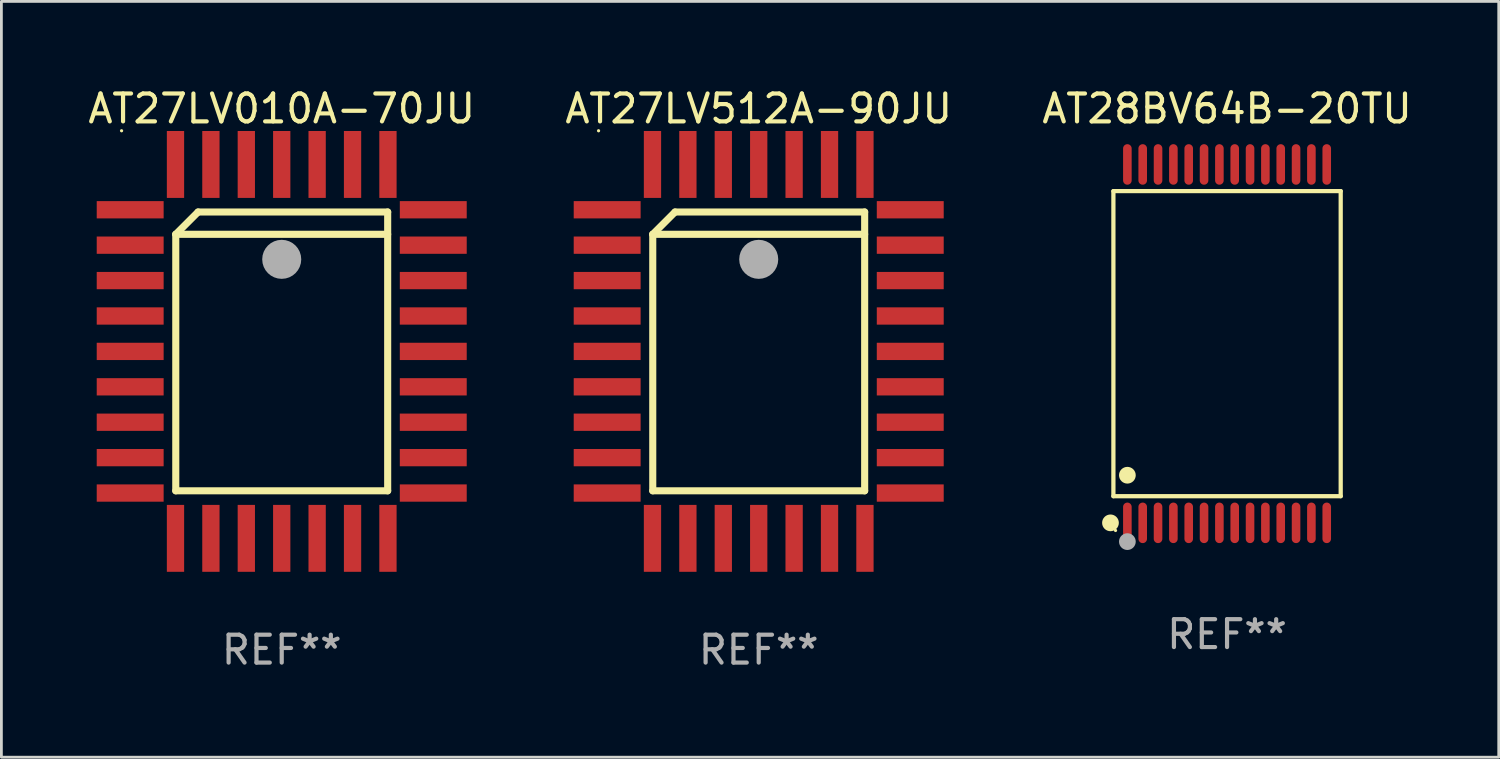
<source format=kicad_pcb>
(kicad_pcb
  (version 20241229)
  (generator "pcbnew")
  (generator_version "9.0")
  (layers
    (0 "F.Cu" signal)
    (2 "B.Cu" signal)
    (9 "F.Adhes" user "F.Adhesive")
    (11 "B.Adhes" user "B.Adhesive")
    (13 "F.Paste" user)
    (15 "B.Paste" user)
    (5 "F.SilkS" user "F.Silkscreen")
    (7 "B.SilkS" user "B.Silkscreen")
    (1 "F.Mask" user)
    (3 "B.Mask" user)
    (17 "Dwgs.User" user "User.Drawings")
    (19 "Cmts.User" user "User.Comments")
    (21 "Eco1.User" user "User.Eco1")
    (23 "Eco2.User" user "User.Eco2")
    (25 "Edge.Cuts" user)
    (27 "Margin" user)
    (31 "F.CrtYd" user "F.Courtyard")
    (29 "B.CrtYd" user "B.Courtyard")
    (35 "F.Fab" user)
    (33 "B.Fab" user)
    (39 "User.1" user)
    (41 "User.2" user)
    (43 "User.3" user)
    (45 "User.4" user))
  (footprint "AT27LV512A-90JU"
    (layer "F.Cu")
    (at 24.161 9.553)
    (property "Reference" "AT27LV512A-90JU" (at 0 -8.705 0) (layer "F.SilkS") (effects (font (size 1 1) (thickness 0.15))))
    (attr through_hole)
    (fp_line (start -3.8 -4.2) (end -3 -5) (stroke (width 0.254) (type solid)) (layer "F.SilkS"))
    (fp_line (start -3.8 -4.2) (end 3.8 -4.2) (stroke (width 0.254) (type solid)) (layer "F.SilkS"))
    (fp_line (start -3.8 5) (end -3.8 -4.2) (stroke (width 0.254) (type solid)) (layer "F.SilkS"))
    (fp_line (start -3 -5) (end 3.8 -5) (stroke (width 0.254) (type solid)) (layer "F.SilkS"))
    (fp_line (start 3.8 -5) (end 3.8 5) (stroke (width 0.254) (type solid)) (layer "F.SilkS"))
    (fp_line (start 3.8 5) (end -3.8 5) (stroke (width 0.254) (type solid)) (layer "F.SilkS"))
    (fp_arc (start 0.299721 -3.294387) (mid 0.29971 -3.296927) (end 0.299721 -3.299467) (stroke (width 0.6) (type solid)) (layer "F.SilkS"))
    (fp_circle (center -5.744 -7.913) (end -5.714 -7.913) (stroke (width 0.06) (type solid)) (fill no) (layer "F.SilkS"))
    (fp_circle (center 0 -3.302) (end 0.35 -3.302) (stroke (width 0.7) (type solid)) (fill no) (layer "F.Fab"))
    (fp_text user "REF**" (at 0 10.705 0) (layer "F.Fab") (effects (font (size 1 1) (thickness 0.15))))
    (pad "1" smd rect (at 0 -6.705 180) (size 0.62 2.4) (layers "F.Cu" "F.Mask" "F.Paste"))
    (pad "2" smd rect (at -1.27 -6.705 180) (size 0.62 2.4) (layers "F.Cu" "F.Mask" "F.Paste"))
    (pad "3" smd rect (at -2.54 -6.705 180) (size 0.62 2.4) (layers "F.Cu" "F.Mask" "F.Paste"))
    (pad "4" smd rect (at -3.81 -6.705 180) (size 0.62 2.4) (layers "F.Cu" "F.Mask" "F.Paste"))
    (pad "5" smd rect (at -5.435 -5.08 270) (size 0.62 2.4) (layers "F.Cu" "F.Mask" "F.Paste"))
    (pad "6" smd rect (at -5.435 -3.81 270) (size 0.62 2.4) (layers "F.Cu" "F.Mask" "F.Paste"))
    (pad "7" smd rect (at -5.435 -2.54 270) (size 0.62 2.4) (layers "F.Cu" "F.Mask" "F.Paste"))
    (pad "8" smd rect (at -5.435 -1.27 270) (size 0.62 2.4) (layers "F.Cu" "F.Mask" "F.Paste"))
    (pad "9" smd rect (at -5.435 0 270) (size 0.62 2.4) (layers "F.Cu" "F.Mask" "F.Paste"))
    (pad "10" smd rect (at -5.435 1.27 270) (size 0.62 2.4) (layers "F.Cu" "F.Mask" "F.Paste"))
    (pad "11" smd rect (at -5.435 2.54 270) (size 0.62 2.4) (layers "F.Cu" "F.Mask" "F.Paste"))
    (pad "12" smd rect (at -5.435 3.81 270) (size 0.62 2.4) (layers "F.Cu" "F.Mask" "F.Paste"))
    (pad "13" smd rect (at -5.435 5.08 270) (size 0.62 2.4) (layers "F.Cu" "F.Mask" "F.Paste"))
    (pad "14" smd rect (at -3.81 6.705) (size 0.62 2.4) (layers "F.Cu" "F.Mask" "F.Paste"))
    (pad "15" smd rect (at -2.54 6.705) (size 0.62 2.4) (layers "F.Cu" "F.Mask" "F.Paste"))
    (pad "16" smd rect (at -1.27 6.705) (size 0.62 2.4) (layers "F.Cu" "F.Mask" "F.Paste"))
    (pad "17" smd rect (at 0 6.705) (size 0.62 2.4) (layers "F.Cu" "F.Mask" "F.Paste"))
    (pad "18" smd rect (at 1.27 6.705) (size 0.62 2.4) (layers "F.Cu" "F.Mask" "F.Paste"))
    (pad "19" smd rect (at 2.54 6.705) (size 0.62 2.4) (layers "F.Cu" "F.Mask" "F.Paste"))
    (pad "20" smd rect (at 3.81 6.705) (size 0.62 2.4) (layers "F.Cu" "F.Mask" "F.Paste"))
    (pad "21" smd rect (at 5.435 5.08 90) (size 0.62 2.4) (layers "F.Cu" "F.Mask" "F.Paste"))
    (pad "22" smd rect (at 5.435 3.81 90) (size 0.62 2.4) (layers "F.Cu" "F.Mask" "F.Paste"))
    (pad "23" smd rect (at 5.435 2.54 90) (size 0.62 2.4) (layers "F.Cu" "F.Mask" "F.Paste"))
    (pad "24" smd rect (at 5.435 1.27 90) (size 0.62 2.4) (layers "F.Cu" "F.Mask" "F.Paste"))
    (pad "25" smd rect (at 5.435 0 90) (size 0.62 2.4) (layers "F.Cu" "F.Mask" "F.Paste"))
    (pad "26" smd rect (at 5.435 -1.27 90) (size 0.62 2.4) (layers "F.Cu" "F.Mask" "F.Paste"))
    (pad "27" smd rect (at 5.435 -2.54 90) (size 0.62 2.4) (layers "F.Cu" "F.Mask" "F.Paste"))
    (pad "28" smd rect (at 5.435 -3.81 90) (size 0.62 2.4) (layers "F.Cu" "F.Mask" "F.Paste"))
    (pad "29" smd rect (at 5.435 -5.08 90) (size 0.62 2.4) (layers "F.Cu" "F.Mask" "F.Paste"))
    (pad "30" smd rect (at 3.81 -6.705) (size 0.62 2.4) (layers "F.Cu" "F.Mask" "F.Paste"))
    (pad "31" smd rect (at 2.54 -6.705) (size 0.62 2.4) (layers "F.Cu" "F.Mask" "F.Paste"))
    (pad "32" smd rect (at 1.27 -6.705) (size 0.62 2.4) (layers "F.Cu" "F.Mask" "F.Paste")))
  (footprint "AT27LV010A-70JU"
    (layer "F.Cu")
    (at 7.054 9.553)
    (property "Reference" "AT27LV010A-70JU" (at 0 -8.705 0) (layer "F.SilkS") (effects (font (size 1 1) (thickness 0.15))))
    (attr through_hole)
    (fp_line (start -3.8 -4.2) (end -3 -5) (stroke (width 0.254) (type solid)) (layer "F.SilkS"))
    (fp_line (start -3.8 -4.2) (end 3.8 -4.2) (stroke (width 0.254) (type solid)) (layer "F.SilkS"))
    (fp_line (start -3.8 5) (end -3.8 -4.2) (stroke (width 0.254) (type solid)) (layer "F.SilkS"))
    (fp_line (start -3 -5) (end 3.8 -5) (stroke (width 0.254) (type solid)) (layer "F.SilkS"))
    (fp_line (start 3.8 -5) (end 3.8 5) (stroke (width 0.254) (type solid)) (layer "F.SilkS"))
    (fp_line (start 3.8 5) (end -3.8 5) (stroke (width 0.254) (type solid)) (layer "F.SilkS"))
    (fp_arc (start 0.299721 -3.294387) (mid 0.29971 -3.296927) (end 0.299721 -3.299467) (stroke (width 0.6) (type solid)) (layer "F.SilkS"))
    (fp_circle (center -5.744 -7.913) (end -5.714 -7.913) (stroke (width 0.06) (type solid)) (fill no) (layer "F.SilkS"))
    (fp_circle (center 0 -3.302) (end 0.35 -3.302) (stroke (width 0.7) (type solid)) (fill no) (layer "F.Fab"))
    (fp_text user "REF**" (at 0 10.705 0) (layer "F.Fab") (effects (font (size 1 1) (thickness 0.15))))
    (pad "1" smd rect (at 0 -6.705 180) (size 0.62 2.4) (layers "F.Cu" "F.Mask" "F.Paste"))
    (pad "2" smd rect (at -1.27 -6.705 180) (size 0.62 2.4) (layers "F.Cu" "F.Mask" "F.Paste"))
    (pad "3" smd rect (at -2.54 -6.705 180) (size 0.62 2.4) (layers "F.Cu" "F.Mask" "F.Paste"))
    (pad "4" smd rect (at -3.81 -6.705 180) (size 0.62 2.4) (layers "F.Cu" "F.Mask" "F.Paste"))
    (pad "5" smd rect (at -5.435 -5.08 270) (size 0.62 2.4) (layers "F.Cu" "F.Mask" "F.Paste"))
    (pad "6" smd rect (at -5.435 -3.81 270) (size 0.62 2.4) (layers "F.Cu" "F.Mask" "F.Paste"))
    (pad "7" smd rect (at -5.435 -2.54 270) (size 0.62 2.4) (layers "F.Cu" "F.Mask" "F.Paste"))
    (pad "8" smd rect (at -5.435 -1.27 270) (size 0.62 2.4) (layers "F.Cu" "F.Mask" "F.Paste"))
    (pad "9" smd rect (at -5.435 0 270) (size 0.62 2.4) (layers "F.Cu" "F.Mask" "F.Paste"))
    (pad "10" smd rect (at -5.435 1.27 270) (size 0.62 2.4) (layers "F.Cu" "F.Mask" "F.Paste"))
    (pad "11" smd rect (at -5.435 2.54 270) (size 0.62 2.4) (layers "F.Cu" "F.Mask" "F.Paste"))
    (pad "12" smd rect (at -5.435 3.81 270) (size 0.62 2.4) (layers "F.Cu" "F.Mask" "F.Paste"))
    (pad "13" smd rect (at -5.435 5.08 270) (size 0.62 2.4) (layers "F.Cu" "F.Mask" "F.Paste"))
    (pad "14" smd rect (at -3.81 6.705) (size 0.62 2.4) (layers "F.Cu" "F.Mask" "F.Paste"))
    (pad "15" smd rect (at -2.54 6.705) (size 0.62 2.4) (layers "F.Cu" "F.Mask" "F.Paste"))
    (pad "16" smd rect (at -1.27 6.705) (size 0.62 2.4) (layers "F.Cu" "F.Mask" "F.Paste"))
    (pad "17" smd rect (at 0 6.705) (size 0.62 2.4) (layers "F.Cu" "F.Mask" "F.Paste"))
    (pad "18" smd rect (at 1.27 6.705) (size 0.62 2.4) (layers "F.Cu" "F.Mask" "F.Paste"))
    (pad "19" smd rect (at 2.54 6.705) (size 0.62 2.4) (layers "F.Cu" "F.Mask" "F.Paste"))
    (pad "20" smd rect (at 3.81 6.705) (size 0.62 2.4) (layers "F.Cu" "F.Mask" "F.Paste"))
    (pad "21" smd rect (at 5.435 5.08 90) (size 0.62 2.4) (layers "F.Cu" "F.Mask" "F.Paste"))
    (pad "22" smd rect (at 5.435 3.81 90) (size 0.62 2.4) (layers "F.Cu" "F.Mask" "F.Paste"))
    (pad "23" smd rect (at 5.435 2.54 90) (size 0.62 2.4) (layers "F.Cu" "F.Mask" "F.Paste"))
    (pad "24" smd rect (at 5.435 1.27 90) (size 0.62 2.4) (layers "F.Cu" "F.Mask" "F.Paste"))
    (pad "25" smd rect (at 5.435 0 90) (size 0.62 2.4) (layers "F.Cu" "F.Mask" "F.Paste"))
    (pad "26" smd rect (at 5.435 -1.27 90) (size 0.62 2.4) (layers "F.Cu" "F.Mask" "F.Paste"))
    (pad "27" smd rect (at 5.435 -2.54 90) (size 0.62 2.4) (layers "F.Cu" "F.Mask" "F.Paste"))
    (pad "28" smd rect (at 5.435 -3.81 90) (size 0.62 2.4) (layers "F.Cu" "F.Mask" "F.Paste"))
    (pad "29" smd rect (at 5.435 -5.08 90) (size 0.62 2.4) (layers "F.Cu" "F.Mask" "F.Paste"))
    (pad "30" smd rect (at 3.81 -6.705) (size 0.62 2.4) (layers "F.Cu" "F.Mask" "F.Paste"))
    (pad "31" smd rect (at 2.54 -6.705) (size 0.62 2.4) (layers "F.Cu" "F.Mask" "F.Paste"))
    (pad "32" smd rect (at 1.27 -6.705) (size 0.62 2.4) (layers "F.Cu" "F.Mask" "F.Paste")))
  (footprint "AT28BV64B-20TU"
    (layer "F.Cu")
    (at 40.958 9.275)
    (property "Reference" "AT28BV64B-20TU" (at 0 -8.427 0) (layer "F.SilkS") (effects (font (size 1 1) (thickness 0.15))))
    (attr through_hole)
    (fp_line (start -4.076 -5.471) (end 4.076 -5.471) (stroke (width 0.152) (type solid)) (layer "F.SilkS"))
    (fp_line (start -4.076 5.471) (end -4.076 -5.471) (stroke (width 0.152) (type solid)) (layer "F.SilkS"))
    (fp_line (start 4.076 -5.471) (end 4.076 5.471) (stroke (width 0.152) (type solid)) (layer "F.SilkS"))
    (fp_line (start 4.076 5.471) (end -4.076 5.471) (stroke (width 0.152) (type solid)) (layer "F.SilkS"))
    (fp_circle (center -4.181 6.427) (end -4.031 6.427) (stroke (width 0.3) (type solid)) (fill no) (layer "F.SilkS"))
    (fp_circle (center -4 6.7) (end -3.97 6.7) (stroke (width 0.06) (type solid)) (fill no) (layer "F.SilkS"))
    (fp_circle (center -3.575 4.719) (end -3.425 4.719) (stroke (width 0.3) (type solid)) (fill no) (layer "F.SilkS"))
    (fp_circle (center -3.575 7.1) (end -3.425 7.1) (stroke (width 0.3) (type solid)) (fill no) (layer "F.Fab"))
    (fp_text user "REF**" (at 0 10.427 0) (layer "F.Fab") (effects (font (size 1 1) (thickness 0.15))))
    (pad "1" smd oval (at -3.575 6.427) (size 0.308 1.454) (layers "F.Cu" "F.Mask" "F.Paste"))
    (pad "2" smd oval (at -3.025 6.427) (size 0.308 1.454) (layers "F.Cu" "F.Mask" "F.Paste"))
    (pad "3" smd oval (at -2.475 6.427) (size 0.308 1.454) (layers "F.Cu" "F.Mask" "F.Paste"))
    (pad "4" smd oval (at -1.925 6.427) (size 0.308 1.454) (layers "F.Cu" "F.Mask" "F.Paste"))
    (pad "5" smd oval (at -1.375 6.427) (size 0.308 1.454) (layers "F.Cu" "F.Mask" "F.Paste"))
    (pad "6" smd oval (at -0.825 6.427) (size 0.308 1.454) (layers "F.Cu" "F.Mask" "F.Paste"))
    (pad "7" smd oval (at -0.275 6.427) (size 0.308 1.454) (layers "F.Cu" "F.Mask" "F.Paste"))
    (pad "8" smd oval (at 0.275 6.427) (size 0.308 1.454) (layers "F.Cu" "F.Mask" "F.Paste"))
    (pad "9" smd oval (at 0.825 6.427) (size 0.308 1.454) (layers "F.Cu" "F.Mask" "F.Paste"))
    (pad "10" smd oval (at 1.375 6.427) (size 0.308 1.454) (layers "F.Cu" "F.Mask" "F.Paste"))
    (pad "11" smd oval (at 1.925 6.427) (size 0.308 1.454) (layers "F.Cu" "F.Mask" "F.Paste"))
    (pad "12" smd oval (at 2.475 6.427) (size 0.308 1.454) (layers "F.Cu" "F.Mask" "F.Paste"))
    (pad "13" smd oval (at 3.025 6.427) (size 0.308 1.454) (layers "F.Cu" "F.Mask" "F.Paste"))
    (pad "14" smd oval (at 3.575 6.427) (size 0.308 1.454) (layers "F.Cu" "F.Mask" "F.Paste"))
    (pad "15" smd oval (at 3.575 -6.427) (size 0.308 1.454) (layers "F.Cu" "F.Mask" "F.Paste"))
    (pad "16" smd oval (at 3.025 -6.427) (size 0.308 1.454) (layers "F.Cu" "F.Mask" "F.Paste"))
    (pad "17" smd oval (at 2.475 -6.427) (size 0.308 1.454) (layers "F.Cu" "F.Mask" "F.Paste"))
    (pad "18" smd oval (at 1.925 -6.427) (size 0.308 1.454) (layers "F.Cu" "F.Mask" "F.Paste"))
    (pad "19" smd oval (at 1.375 -6.427) (size 0.308 1.454) (layers "F.Cu" "F.Mask" "F.Paste"))
    (pad "20" smd oval (at 0.825 -6.427) (size 0.308 1.454) (layers "F.Cu" "F.Mask" "F.Paste"))
    (pad "21" smd oval (at 0.275 -6.427) (size 0.308 1.454) (layers "F.Cu" "F.Mask" "F.Paste"))
    (pad "22" smd oval (at -0.275 -6.427) (size 0.308 1.454) (layers "F.Cu" "F.Mask" "F.Paste"))
    (pad "23" smd oval (at -0.825 -6.427) (size 0.308 1.454) (layers "F.Cu" "F.Mask" "F.Paste"))
    (pad "24" smd oval (at -1.375 -6.427) (size 0.308 1.454) (layers "F.Cu" "F.Mask" "F.Paste"))
    (pad "25" smd oval (at -1.925 -6.427) (size 0.308 1.454) (layers "F.Cu" "F.Mask" "F.Paste"))
    (pad "26" smd oval (at -2.475 -6.427) (size 0.308 1.454) (layers "F.Cu" "F.Mask" "F.Paste"))
    (pad "27" smd oval (at -3.025 -6.427) (size 0.308 1.454) (layers "F.Cu" "F.Mask" "F.Paste"))
    (pad "28" smd oval (at -3.575 -6.427) (size 0.308 1.454) (layers "F.Cu" "F.Mask" "F.Paste")))
  (gr_rect
    (start -3 -3)
    (end 50.702 24.107)
    (stroke (width 0.1) (type default))
    (fill no)
    (layer "Edge.Cuts")))
</source>
